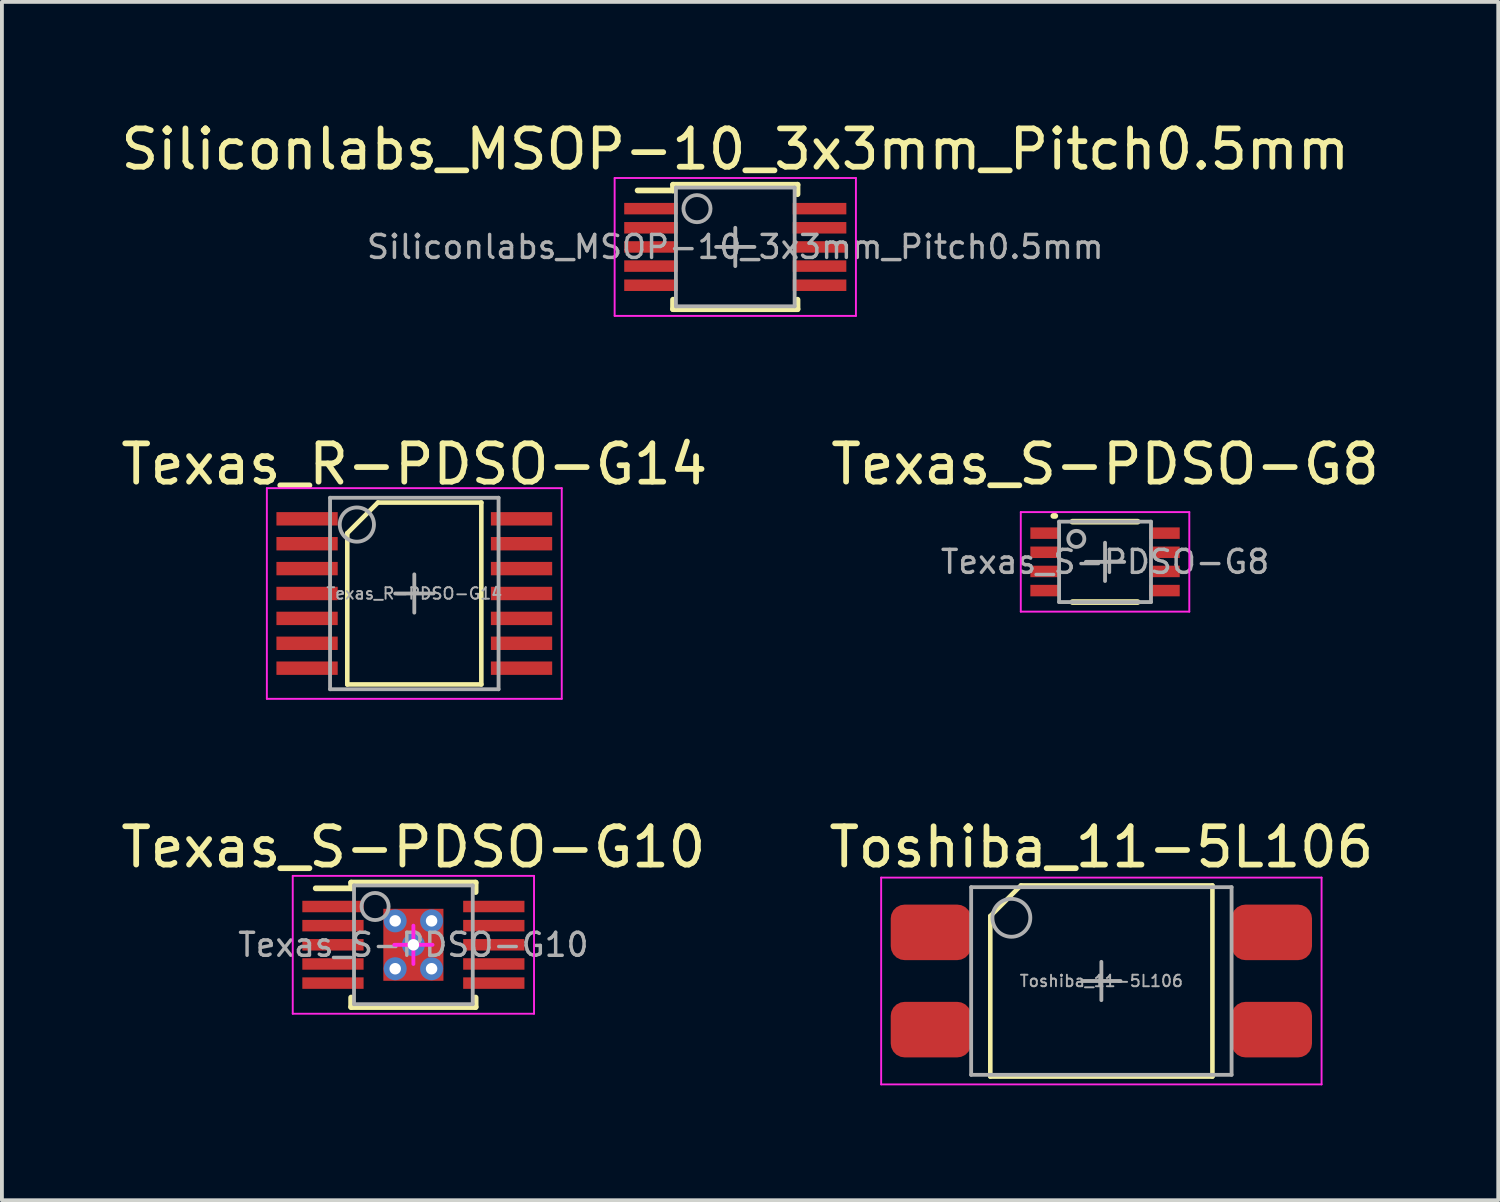
<source format=kicad_pcb>
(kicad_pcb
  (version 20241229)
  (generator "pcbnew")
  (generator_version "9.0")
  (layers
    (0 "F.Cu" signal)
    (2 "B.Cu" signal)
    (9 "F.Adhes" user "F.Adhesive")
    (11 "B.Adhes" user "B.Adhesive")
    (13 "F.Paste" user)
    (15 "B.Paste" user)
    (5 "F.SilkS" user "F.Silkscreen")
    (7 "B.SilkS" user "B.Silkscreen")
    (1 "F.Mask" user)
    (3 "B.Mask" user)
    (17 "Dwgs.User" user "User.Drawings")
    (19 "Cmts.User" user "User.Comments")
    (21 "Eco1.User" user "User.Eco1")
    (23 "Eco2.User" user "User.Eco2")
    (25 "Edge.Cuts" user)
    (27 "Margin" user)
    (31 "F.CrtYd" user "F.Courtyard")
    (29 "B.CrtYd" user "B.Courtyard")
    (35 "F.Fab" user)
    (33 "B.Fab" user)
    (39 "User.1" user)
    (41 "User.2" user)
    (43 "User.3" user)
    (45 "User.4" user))
  (footprint "Texas_S-PDSO-G8"
    (layer "F.Cu")
    (at 25.804 11.621)
    (property "Reference" "Texas_S-PDSO-G8" (at 0 -2.55 0) (layer "F.SilkS") (effects (font (size 1 1) (thickness 0.15))))
    (attr smd)
    (fp_line (start -1.35 -1.2) (end -1.3 -1.2) (stroke (width 0.15) (type solid)) (layer "F.SilkS"))
    (fp_line (start -0.85 -1.05) (end 0.85 -1.05) (stroke (width 0.15) (type solid)) (layer "F.SilkS"))
    (fp_line (start -0.85 1.05) (end 0.85 1.05) (stroke (width 0.15) (type solid)) (layer "F.SilkS"))
    (fp_line (start -2.2 -1.3) (end -2.2 1.3) (stroke (width 0.05) (type solid)) (layer "F.CrtYd"))
    (fp_line (start -2.2 -1.3) (end 2.2 -1.3) (stroke (width 0.05) (type solid)) (layer "F.CrtYd"))
    (fp_line (start -2.2 1.3) (end 2.2 1.3) (stroke (width 0.05) (type solid)) (layer "F.CrtYd"))
    (fp_line (start 2.2 -1.3) (end 2.2 1.3) (stroke (width 0.05) (type solid)) (layer "F.CrtYd"))
    (fp_line (start -1.2 -1.05) (end 1.2 -1.05) (stroke (width 0.1) (type solid)) (layer "F.Fab"))
    (fp_line (start -1.2 1.05) (end -1.2 -1.05) (stroke (width 0.1) (type solid)) (layer "F.Fab"))
    (fp_line (start -0.5 0) (end 0.5 0) (stroke (width 0.1) (type solid)) (layer "F.Fab"))
    (fp_line (start 0 -0.5) (end 0 0.5) (stroke (width 0.1) (type solid)) (layer "F.Fab"))
    (fp_line (start 1.2 -1.05) (end 1.2 1.05) (stroke (width 0.1) (type solid)) (layer "F.Fab"))
    (fp_line (start 1.2 1.05) (end -1.2 1.05) (stroke (width 0.1) (type solid)) (layer "F.Fab"))
    (fp_circle (center -0.75 -0.6) (end -0.546 -0.55) (stroke (width 0.1) (type solid)) (fill no) (layer "F.Fab"))
    (fp_text user "${REFERENCE}" (at 0 0 0) (layer "F.Fab") (effects (font (size 0.6 0.6) (thickness 0.09))))
    (pad "1" smd rect (at -1.55 -0.75) (size 0.8 0.3) (layers "F.Cu" "F.Mask" "F.Paste"))
    (pad "2" smd rect (at -1.55 -0.25) (size 0.8 0.3) (layers "F.Cu" "F.Mask" "F.Paste"))
    (pad "3" smd rect (at -1.55 0.25) (size 0.8 0.3) (layers "F.Cu" "F.Mask" "F.Paste"))
    (pad "4" smd rect (at -1.55 0.75) (size 0.8 0.3) (layers "F.Cu" "F.Mask" "F.Paste"))
    (pad "5" smd rect (at 1.55 0.75) (size 0.8 0.3) (layers "F.Cu" "F.Mask" "F.Paste"))
    (pad "6" smd rect (at 1.55 0.25) (size 0.8 0.3) (layers "F.Cu" "F.Mask" "F.Paste"))
    (pad "7" smd rect (at 1.55 -0.25) (size 0.8 0.3) (layers "F.Cu" "F.Mask" "F.Paste"))
    (pad "8" smd rect (at 1.55 -0.75) (size 0.8 0.3) (layers "F.Cu" "F.Mask" "F.Paste")))
  (footprint "Texas_S-PDSO-G10"
    (layer "F.Cu")
    (at 7.744 21.62)
    (property "Reference" "Texas_S-PDSO-G10" (at 0 -2.55 0) (layer "F.SilkS") (effects (font (size 1 1) (thickness 0.15))))
    (attr smd)
    (fp_line (start -1.625 -1.625) (end -1.625 -1.475) (stroke (width 0.15) (type solid)) (layer "F.SilkS"))
    (fp_line (start -1.625 -1.625) (end 1.625 -1.625) (stroke (width 0.15) (type solid)) (layer "F.SilkS"))
    (fp_line (start -1.625 -1.475) (end -2.55 -1.475) (stroke (width 0.15) (type solid)) (layer "F.SilkS"))
    (fp_line (start -1.625 1.625) (end -1.625 1.377) (stroke (width 0.15) (type solid)) (layer "F.SilkS"))
    (fp_line (start -1.625 1.625) (end 1.625 1.625) (stroke (width 0.15) (type solid)) (layer "F.SilkS"))
    (fp_line (start 1.625 -1.625) (end 1.625 -1.377) (stroke (width 0.15) (type solid)) (layer "F.SilkS"))
    (fp_line (start 1.625 1.625) (end 1.625 1.377) (stroke (width 0.15) (type solid)) (layer "F.SilkS"))
    (fp_line (start -3.15 -1.8) (end -3.15 1.8) (stroke (width 0.05) (type solid)) (layer "F.CrtYd"))
    (fp_line (start -3.15 -1.8) (end 3.15 -1.8) (stroke (width 0.05) (type solid)) (layer "F.CrtYd"))
    (fp_line (start -3.15 1.8) (end 3.15 1.8) (stroke (width 0.05) (type solid)) (layer "F.CrtYd"))
    (fp_line (start -0.5 0) (end 0.5 0) (stroke (width 0.1) (type solid)) (layer "F.CrtYd"))
    (fp_line (start 0 -0.5) (end 0 0.5) (stroke (width 0.1) (type solid)) (layer "F.CrtYd"))
    (fp_line (start 3.15 -1.8) (end 3.15 1.8) (stroke (width 0.05) (type solid)) (layer "F.CrtYd"))
    (fp_line (start -1.55 -1.55) (end 1.55 -1.55) (stroke (width 0.1) (type solid)) (layer "F.Fab"))
    (fp_line (start -1.55 1.55) (end -1.55 -1.55) (stroke (width 0.1) (type solid)) (layer "F.Fab"))
    (fp_line (start 1.55 -1.55) (end 1.55 1.55) (stroke (width 0.1) (type solid)) (layer "F.Fab"))
    (fp_line (start 1.55 1.55) (end -1.55 1.55) (stroke (width 0.1) (type solid)) (layer "F.Fab"))
    (fp_circle (center -1 -1) (end -0.646 -1) (stroke (width 0.1) (type solid)) (fill no) (layer "F.Fab"))
    (fp_text user "${REFERENCE}" (at 0 0 0) (layer "F.Fab") (effects (font (size 0.6 0.6) (thickness 0.09))))
    (pad "" smd rect (at -0.42 -0.47) (size 0.66 0.76) (layers "F.Paste"))
    (pad "" smd rect (at -0.42 0.47) (size 0.66 0.76) (layers "F.Paste"))
    (pad "" smd rect (at 0.42 -0.47) (size 0.66 0.76) (layers "F.Paste"))
    (pad "" smd rect (at 0.42 0.47) (size 0.66 0.76) (layers "F.Paste"))
    (pad "1" smd rect (at -2.1 -1) (size 1.6 0.3) (layers "F.Cu" "F.Mask" "F.Paste"))
    (pad "2" smd rect (at -2.1 -0.5) (size 1.6 0.3) (layers "F.Cu" "F.Mask" "F.Paste"))
    (pad "3" smd rect (at -2.1 0) (size 1.6 0.3) (layers "F.Cu" "F.Mask" "F.Paste"))
    (pad "4" smd rect (at -2.1 0.5) (size 1.6 0.3) (layers "F.Cu" "F.Mask" "F.Paste"))
    (pad "5" smd rect (at -2.1 1) (size 1.6 0.3) (layers "F.Cu" "F.Mask" "F.Paste"))
    (pad "6" smd rect (at 2.1 1) (size 1.6 0.3) (layers "F.Cu" "F.Mask" "F.Paste"))
    (pad "7" smd rect (at 2.1 0.5) (size 1.6 0.3) (layers "F.Cu" "F.Mask" "F.Paste"))
    (pad "8" smd rect (at 2.1 0) (size 1.6 0.3) (layers "F.Cu" "F.Mask" "F.Paste"))
    (pad "9" smd rect (at 2.1 -0.5) (size 1.6 0.3) (layers "F.Cu" "F.Mask" "F.Paste"))
    (pad "10" smd rect (at 2.1 -1) (size 1.6 0.3) (layers "F.Cu" "F.Mask" "F.Paste"))
    (pad "11" thru_hole circle (at -0.475 -0.625) (size 0.6 0.6) (drill 0.3) (layers "*.Cu" "*.Mask"))
    (pad "11" thru_hole circle (at -0.475 0.625) (size 0.6 0.6) (drill 0.3) (layers "*.Cu" "*.Mask"))
    (pad "11" thru_hole circle (at 0 0) (size 0.6 0.6) (drill 0.3) (layers "*.Cu" "*.Mask"))
    (pad "11" smd rect (at 0 0) (size 1.57 1.88) (layers "F.Cu" "F.Mask"))
    (pad "11" thru_hole circle (at 0.475 -0.625) (size 0.6 0.6) (drill 0.3) (layers "*.Cu" "*.Mask"))
    (pad "11" thru_hole circle (at 0.475 0.625) (size 0.6 0.6) (drill 0.3) (layers "*.Cu" "*.Mask")))
  (footprint "Texas_R-PDSO-G14"
    (layer "F.Cu")
    (at 7.768 12.447)
    (property "Reference" "Texas_R-PDSO-G14" (at 0 -3.375 0) (layer "F.SilkS") (effects (font (size 1 1) (thickness 0.15))))
    (attr smd)
    (fp_line (start -1.75 -1.575) (end -0.95 -2.375) (stroke (width 0.12) (type solid)) (layer "F.SilkS"))
    (fp_line (start -1.75 2.375) (end -1.75 -1.575) (stroke (width 0.12) (type solid)) (layer "F.SilkS"))
    (fp_line (start -0.95 -2.375) (end 1.75 -2.375) (stroke (width 0.12) (type solid)) (layer "F.SilkS"))
    (fp_line (start 1.75 -2.375) (end 1.75 2.375) (stroke (width 0.12) (type solid)) (layer "F.SilkS"))
    (fp_line (start 1.75 2.375) (end -1.75 2.375) (stroke (width 0.12) (type solid)) (layer "F.SilkS"))
    (fp_line (start -3.85 -2.75) (end 3.85 -2.75) (stroke (width 0.05) (type solid)) (layer "F.CrtYd"))
    (fp_line (start -3.85 2.75) (end -3.85 -2.75) (stroke (width 0.05) (type solid)) (layer "F.CrtYd"))
    (fp_line (start 3.85 -2.75) (end 3.85 2.75) (stroke (width 0.05) (type solid)) (layer "F.CrtYd"))
    (fp_line (start 3.85 2.75) (end -3.85 2.75) (stroke (width 0.05) (type solid)) (layer "F.CrtYd"))
    (fp_line (start -2.2 -2.5) (end -2.2 2.5) (stroke (width 0.1) (type solid)) (layer "F.Fab"))
    (fp_line (start -2.2 2.5) (end 2.2 2.5) (stroke (width 0.1) (type solid)) (layer "F.Fab"))
    (fp_line (start -0.5 0) (end 0.5 0) (stroke (width 0.1) (type solid)) (layer "F.Fab"))
    (fp_line (start 0 -0.5) (end 0 0.5) (stroke (width 0.1) (type solid)) (layer "F.Fab"))
    (fp_line (start 2.2 -2.5) (end -2.2 -2.5) (stroke (width 0.1) (type solid)) (layer "F.Fab"))
    (fp_line (start 2.2 2.5) (end 2.2 -2.5) (stroke (width 0.1) (type solid)) (layer "F.Fab"))
    (fp_circle (center -1.5 -1.8) (end -1.053 -1.8) (stroke (width 0.1) (type solid)) (fill no) (layer "F.Fab"))
    (fp_text user "${REFERENCE}" (at 0 0 0) (layer "F.Fab") (effects (font (size 0.3 0.3) (thickness 0.05))))
    (pad "1" smd rect (at -2.8 -1.95 270) (size 0.35 1.6) (layers "F.Cu" "F.Mask" "F.Paste"))
    (pad "2" smd rect (at -2.8 -1.3 270) (size 0.35 1.6) (layers "F.Cu" "F.Mask" "F.Paste"))
    (pad "3" smd rect (at -2.8 -0.65 270) (size 0.35 1.6) (layers "F.Cu" "F.Mask" "F.Paste"))
    (pad "4" smd rect (at -2.8 0 270) (size 0.35 1.6) (layers "F.Cu" "F.Mask" "F.Paste"))
    (pad "5" smd rect (at -2.8 0.65 270) (size 0.35 1.6) (layers "F.Cu" "F.Mask" "F.Paste"))
    (pad "6" smd rect (at -2.8 1.3 270) (size 0.35 1.6) (layers "F.Cu" "F.Mask" "F.Paste"))
    (pad "7" smd rect (at -2.8 1.95 270) (size 0.35 1.6) (layers "F.Cu" "F.Mask" "F.Paste"))
    (pad "8" smd rect (at 2.8 1.95 270) (size 0.35 1.6) (layers "F.Cu" "F.Mask" "F.Paste"))
    (pad "9" smd rect (at 2.8 1.3 270) (size 0.35 1.6) (layers "F.Cu" "F.Mask" "F.Paste"))
    (pad "10" smd rect (at 2.8 0.65 270) (size 0.35 1.6) (layers "F.Cu" "F.Mask" "F.Paste"))
    (pad "11" smd rect (at 2.8 0 270) (size 0.35 1.6) (layers "F.Cu" "F.Mask" "F.Paste"))
    (pad "12" smd rect (at 2.8 -0.65 270) (size 0.35 1.6) (layers "F.Cu" "F.Mask" "F.Paste"))
    (pad "13" smd rect (at 2.8 -1.3 270) (size 0.35 1.6) (layers "F.Cu" "F.Mask" "F.Paste"))
    (pad "14" smd rect (at 2.8 -1.95 270) (size 0.35 1.6) (layers "F.Cu" "F.Mask" "F.Paste")))
  (footprint "Toshiba_11-5L106"
    (layer "F.Cu")
    (at 25.708 22.565)
    (property "Reference" "Toshiba_11-5L106" (at 0 -3.495 0) (layer "F.SilkS") (effects (font (size 1 1) (thickness 0.15))))
    (attr smd)
    (fp_line (start -2.9 -1.695) (end -2.1 -2.495) (stroke (width 0.12) (type solid)) (layer "F.SilkS"))
    (fp_line (start -2.9 2.495) (end -2.9 -1.695) (stroke (width 0.12) (type solid)) (layer "F.SilkS"))
    (fp_line (start -2.1 -2.495) (end 2.9 -2.495) (stroke (width 0.12) (type solid)) (layer "F.SilkS"))
    (fp_line (start 2.9 -2.495) (end 2.9 2.495) (stroke (width 0.12) (type solid)) (layer "F.SilkS"))
    (fp_line (start 2.9 2.495) (end -2.9 2.495) (stroke (width 0.12) (type solid)) (layer "F.SilkS"))
    (fp_line (start -5.75 -2.7) (end 5.75 -2.7) (stroke (width 0.05) (type solid)) (layer "F.CrtYd"))
    (fp_line (start -5.75 2.7) (end -5.75 -2.7) (stroke (width 0.05) (type solid)) (layer "F.CrtYd"))
    (fp_line (start 5.75 -2.7) (end 5.75 2.7) (stroke (width 0.05) (type solid)) (layer "F.CrtYd"))
    (fp_line (start 5.75 2.7) (end -5.75 2.7) (stroke (width 0.05) (type solid)) (layer "F.CrtYd"))
    (fp_line (start -3.4 -2.45) (end -3.4 2.45) (stroke (width 0.1) (type solid)) (layer "F.Fab"))
    (fp_line (start -3.4 2.45) (end 3.4 2.45) (stroke (width 0.1) (type solid)) (layer "F.Fab"))
    (fp_line (start -0.5 0) (end 0.5 0) (stroke (width 0.1) (type solid)) (layer "F.Fab"))
    (fp_line (start 0 -0.5) (end 0 0.5) (stroke (width 0.1) (type solid)) (layer "F.Fab"))
    (fp_line (start 3.4 -2.45) (end -3.4 -2.45) (stroke (width 0.1) (type solid)) (layer "F.Fab"))
    (fp_line (start 3.4 2.45) (end 3.4 -2.45) (stroke (width 0.1) (type solid)) (layer "F.Fab"))
    (fp_circle (center -2.35 -1.65) (end -1.855 -1.65) (stroke (width 0.1) (type solid)) (fill no) (layer "F.Fab"))
    (fp_text user "${REFERENCE}" (at 0 0 0) (layer "F.Fab") (effects (font (size 0.3 0.3) (thickness 0.05))))
    (pad "1" smd roundrect (at -4.45 -1.27 270) (size 1.45 2.1) (layers "F.Cu" "F.Mask" "F.Paste") (roundrect_rratio 0.25))
    (pad "2" smd roundrect (at -4.45 1.27 270) (size 1.45 2.1) (layers "F.Cu" "F.Mask" "F.Paste") (roundrect_rratio 0.25))
    (pad "3" smd roundrect (at 4.45 1.27 270) (size 1.45 2.1) (layers "F.Cu" "F.Mask" "F.Paste") (roundrect_rratio 0.25))
    (pad "4" smd roundrect (at 4.45 -1.27 270) (size 1.45 2.1) (layers "F.Cu" "F.Mask" "F.Paste") (roundrect_rratio 0.25)))
  (footprint "Siliconlabs_MSOP-10_3x3mm_Pitch0.5mm"
    (layer "F.Cu")
    (at 16.149 3.398)
    (property "Reference" "Siliconlabs_MSOP-10_3x3mm_Pitch0.5mm" (at 0 -2.55 0) (layer "F.SilkS") (effects (font (size 1 1) (thickness 0.15))))
    (attr smd)
    (fp_line (start -1.625 -1.625) (end -1.625 -1.475) (stroke (width 0.15) (type solid)) (layer "F.SilkS"))
    (fp_line (start -1.625 -1.625) (end 1.625 -1.625) (stroke (width 0.15) (type solid)) (layer "F.SilkS"))
    (fp_line (start -1.625 -1.475) (end -2.55 -1.475) (stroke (width 0.15) (type solid)) (layer "F.SilkS"))
    (fp_line (start -1.625 1.625) (end -1.625 1.377) (stroke (width 0.15) (type solid)) (layer "F.SilkS"))
    (fp_line (start -1.625 1.625) (end 1.625 1.625) (stroke (width 0.15) (type solid)) (layer "F.SilkS"))
    (fp_line (start 1.625 -1.625) (end 1.625 -1.377) (stroke (width 0.15) (type solid)) (layer "F.SilkS"))
    (fp_line (start 1.625 1.625) (end 1.625 1.377) (stroke (width 0.15) (type solid)) (layer "F.SilkS"))
    (fp_line (start -3.15 -1.8) (end -3.15 1.8) (stroke (width 0.05) (type solid)) (layer "F.CrtYd"))
    (fp_line (start -3.15 -1.8) (end 3.15 -1.8) (stroke (width 0.05) (type solid)) (layer "F.CrtYd"))
    (fp_line (start -3.15 1.8) (end 3.15 1.8) (stroke (width 0.05) (type solid)) (layer "F.CrtYd"))
    (fp_line (start 3.15 -1.8) (end 3.15 1.8) (stroke (width 0.05) (type solid)) (layer "F.CrtYd"))
    (fp_line (start -1.55 -1.55) (end 1.55 -1.55) (stroke (width 0.1) (type solid)) (layer "F.Fab"))
    (fp_line (start -1.55 1.55) (end -1.55 -1.55) (stroke (width 0.1) (type solid)) (layer "F.Fab"))
    (fp_line (start -0.5 0) (end 0.5 0) (stroke (width 0.1) (type solid)) (layer "F.Fab"))
    (fp_line (start 0 -0.5) (end 0 0.5) (stroke (width 0.1) (type solid)) (layer "F.Fab"))
    (fp_line (start 1.55 -1.55) (end 1.55 1.55) (stroke (width 0.1) (type solid)) (layer "F.Fab"))
    (fp_line (start 1.55 1.55) (end -1.55 1.55) (stroke (width 0.1) (type solid)) (layer "F.Fab"))
    (fp_circle (center -1 -1) (end -0.646 -1) (stroke (width 0.1) (type solid)) (fill no) (layer "F.Fab"))
    (fp_text user "${REFERENCE}" (at 0 0 0) (layer "F.Fab") (effects (font (size 0.6 0.6) (thickness 0.09))))
    (pad "1" smd rect (at -2.2 -1) (size 1.4 0.3) (layers "F.Cu" "F.Mask" "F.Paste"))
    (pad "2" smd rect (at -2.2 -0.5) (size 1.4 0.3) (layers "F.Cu" "F.Mask" "F.Paste"))
    (pad "3" smd rect (at -2.2 0) (size 1.4 0.3) (layers "F.Cu" "F.Mask" "F.Paste"))
    (pad "4" smd rect (at -2.2 0.5) (size 1.4 0.3) (layers "F.Cu" "F.Mask" "F.Paste"))
    (pad "5" smd rect (at -2.2 1) (size 1.4 0.3) (layers "F.Cu" "F.Mask" "F.Paste"))
    (pad "6" smd rect (at 2.2 1) (size 1.4 0.3) (layers "F.Cu" "F.Mask" "F.Paste"))
    (pad "7" smd rect (at 2.2 0.5) (size 1.4 0.3) (layers "F.Cu" "F.Mask" "F.Paste"))
    (pad "8" smd rect (at 2.2 0) (size 1.4 0.3) (layers "F.Cu" "F.Mask" "F.Paste"))
    (pad "9" smd rect (at 2.2 -0.5) (size 1.4 0.3) (layers "F.Cu" "F.Mask" "F.Paste"))
    (pad "10" smd rect (at 2.2 -1) (size 1.4 0.3) (layers "F.Cu" "F.Mask" "F.Paste")))
  (gr_rect
    (start -3 -3)
    (end 36.071 28.29)
    (stroke (width 0.1) (type default))
    (fill no)
    (layer "Edge.Cuts")))
</source>
